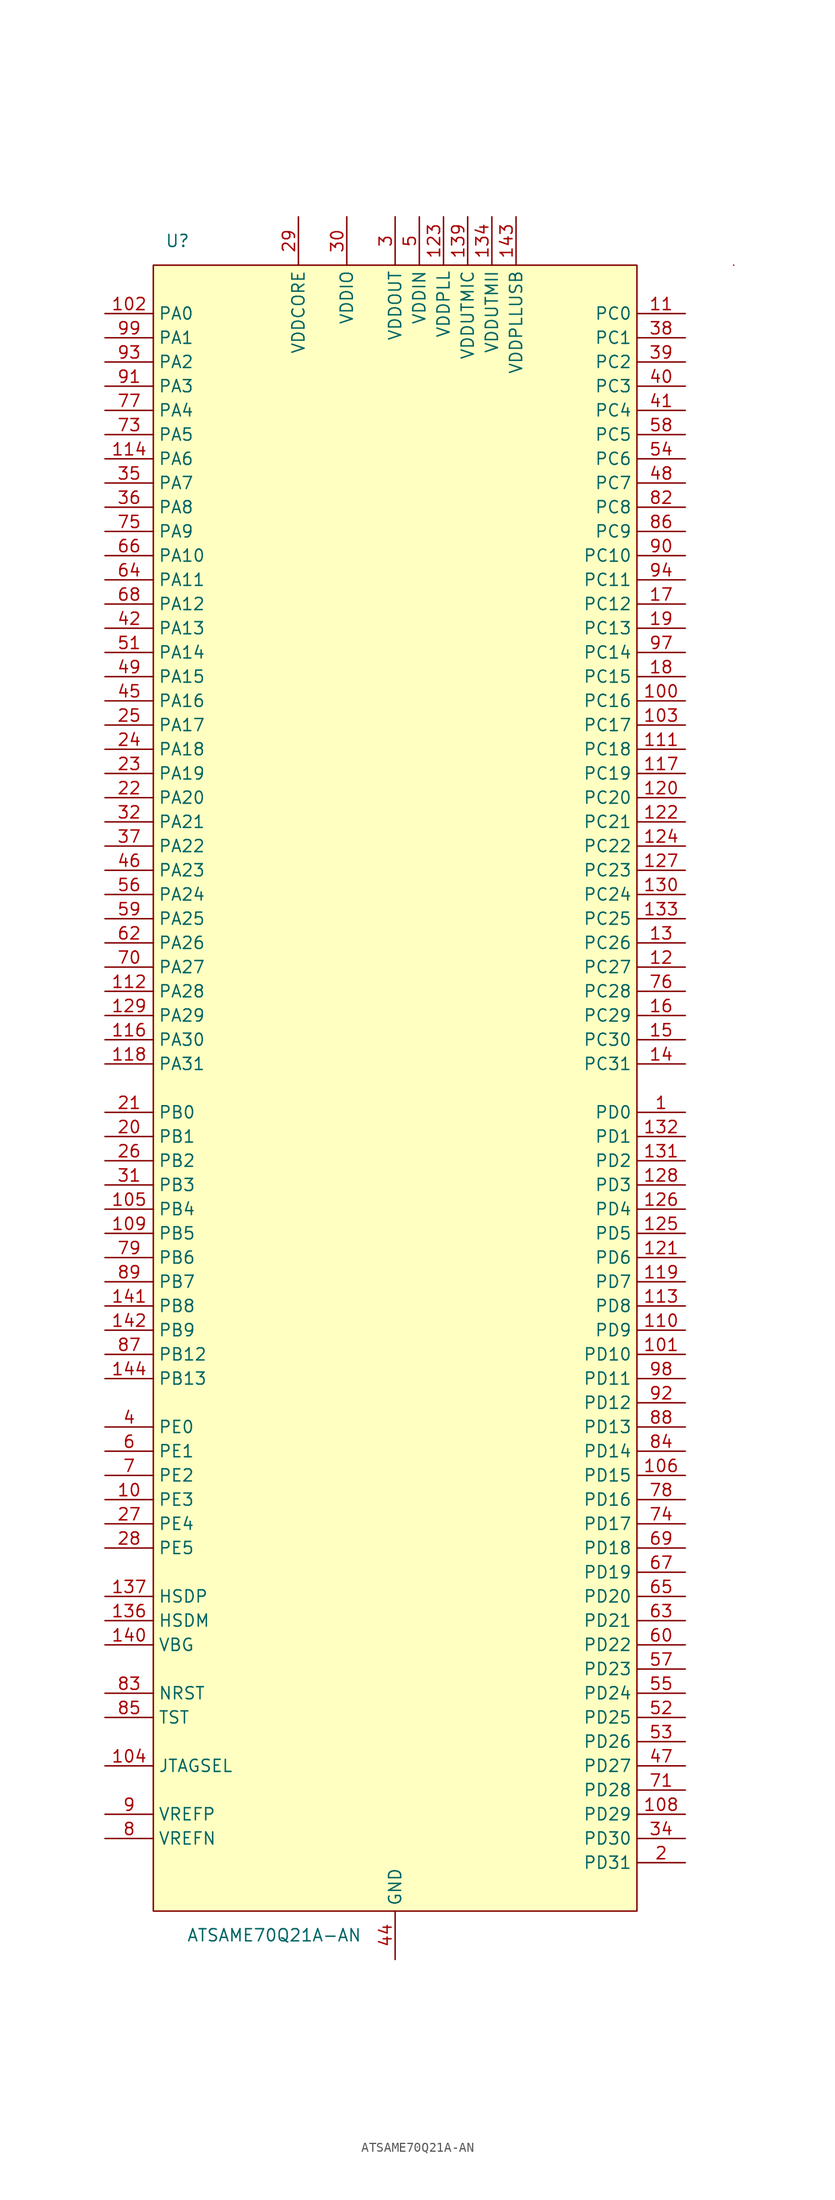
<source format=kicad_sym>
(kicad_symbol_lib
  (version 20201005)
  (generator kicad_symbol_editor)
  (symbol "MCU_Microchip_SAME:ATSAME70Q21A-AN"
    (property "Reference" "U"
      (at -22.86 88.9 0)
      (effects (font (size 1.27 1.27))))
    (property "Value" "ATSAME70Q21A-AN"
      (at -12.7 -88.9 0)
      (effects (font (size 1.27 1.27))))
    (symbol "ATSAME70Q21A-AN_0_1"
      (rectangle (start 25.4 86.36) (end -25.4 -86.36) (stroke (width 0)) (fill (type background)))
      (rectangle (start 35.56 86.36) (end 35.56 86.36) (stroke (width 0)) (fill (type none))))
    (symbol "ATSAME70Q21A-AN_1_1"
      (pin bidirectional line (at 30.48 -2.54 180) (length 5.08) (name "PD0" (effects (font (size 1.27 1.27)))) (number "1" (effects (font (size 1.27 1.27)))))
      (pin bidirectional line (at -30.48 -43.18 0) (length 5.08) (name "PE3" (effects (font (size 1.27 1.27)))) (number "10" (effects (font (size 1.27 1.27)))))
      (pin bidirectional line (at 30.48 40.64 180) (length 5.08) (name "PC16" (effects (font (size 1.27 1.27)))) (number "100" (effects (font (size 1.27 1.27)))))
      (pin bidirectional line (at 30.48 -27.94 180) (length 5.08) (name "PD10" (effects (font (size 1.27 1.27)))) (number "101" (effects (font (size 1.27 1.27)))))
      (pin bidirectional line (at -30.48 81.28 0) (length 5.08) (name "PA0" (effects (font (size 1.27 1.27)))) (number "102" (effects (font (size 1.27 1.27)))))
      (pin bidirectional line (at 30.48 38.1 180) (length 5.08) (name "PC17" (effects (font (size 1.27 1.27)))) (number "103" (effects (font (size 1.27 1.27)))))
      (pin input line (at -30.48 -71.12 0) (length 5.08) (name "JTAGSEL" (effects (font (size 1.27 1.27)))) (number "104" (effects (font (size 1.27 1.27)))))
      (pin bidirectional line (at -30.48 -12.7 0) (length 5.08) (name "PB4" (effects (font (size 1.27 1.27)))) (number "105" (effects (font (size 1.27 1.27)))))
      (pin bidirectional line (at 30.48 -40.64 180) (length 5.08) (name "PD15" (effects (font (size 1.27 1.27)))) (number "106" (effects (font (size 1.27 1.27)))))
      (pin passive line (at -10.16 91.44 270) (length 5.08) hide (name "VDDCORE" (effects (font (size 1.27 1.27)))) (number "107" (effects (font (size 1.27 1.27)))))
      (pin bidirectional line (at 30.48 -76.2 180) (length 5.08) (name "PD29" (effects (font (size 1.27 1.27)))) (number "108" (effects (font (size 1.27 1.27)))))
      (pin bidirectional line (at -30.48 -15.24 0) (length 5.08) (name "PB5" (effects (font (size 1.27 1.27)))) (number "109" (effects (font (size 1.27 1.27)))))
      (pin bidirectional line (at 30.48 81.28 180) (length 5.08) (name "PC0" (effects (font (size 1.27 1.27)))) (number "11" (effects (font (size 1.27 1.27)))))
      (pin bidirectional line (at 30.48 -25.4 180) (length 5.08) (name "PD9" (effects (font (size 1.27 1.27)))) (number "110" (effects (font (size 1.27 1.27)))))
      (pin bidirectional line (at 30.48 35.56 180) (length 5.08) (name "PC18" (effects (font (size 1.27 1.27)))) (number "111" (effects (font (size 1.27 1.27)))))
      (pin bidirectional line (at -30.48 10.16 0) (length 5.08) (name "PA28" (effects (font (size 1.27 1.27)))) (number "112" (effects (font (size 1.27 1.27)))))
      (pin bidirectional line (at 30.48 -22.86 180) (length 5.08) (name "PD8" (effects (font (size 1.27 1.27)))) (number "113" (effects (font (size 1.27 1.27)))))
      (pin bidirectional line (at -30.48 66.04 0) (length 5.08) (name "PA6" (effects (font (size 1.27 1.27)))) (number "114" (effects (font (size 1.27 1.27)))))
      (pin passive line (at 0 -91.44 90) (length 5.08) hide (name "GND" (effects (font (size 1.27 1.27)))) (number "115" (effects (font (size 1.27 1.27)))))
      (pin bidirectional line (at -30.48 5.08 0) (length 5.08) (name "PA30" (effects (font (size 1.27 1.27)))) (number "116" (effects (font (size 1.27 1.27)))))
      (pin bidirectional line (at 30.48 33.02 180) (length 5.08) (name "PC19" (effects (font (size 1.27 1.27)))) (number "117" (effects (font (size 1.27 1.27)))))
      (pin bidirectional line (at -30.48 2.54 0) (length 5.08) (name "PA31" (effects (font (size 1.27 1.27)))) (number "118" (effects (font (size 1.27 1.27)))))
      (pin bidirectional line (at 30.48 -20.32 180) (length 5.08) (name "PD7" (effects (font (size 1.27 1.27)))) (number "119" (effects (font (size 1.27 1.27)))))
      (pin bidirectional line (at 30.48 12.7 180) (length 5.08) (name "PC27" (effects (font (size 1.27 1.27)))) (number "12" (effects (font (size 1.27 1.27)))))
      (pin bidirectional line (at 30.48 30.48 180) (length 5.08) (name "PC20" (effects (font (size 1.27 1.27)))) (number "120" (effects (font (size 1.27 1.27)))))
      (pin bidirectional line (at 30.48 -17.78 180) (length 5.08) (name "PD6" (effects (font (size 1.27 1.27)))) (number "121" (effects (font (size 1.27 1.27)))))
      (pin bidirectional line (at 30.48 27.94 180) (length 5.08) (name "PC21" (effects (font (size 1.27 1.27)))) (number "122" (effects (font (size 1.27 1.27)))))
      (pin power_in line (at 5.08 91.44 270) (length 5.08) (name "VDDPLL" (effects (font (size 1.27 1.27)))) (number "123" (effects (font (size 1.27 1.27)))))
      (pin bidirectional line (at 30.48 25.4 180) (length 5.08) (name "PC22" (effects (font (size 1.27 1.27)))) (number "124" (effects (font (size 1.27 1.27)))))
      (pin bidirectional line (at 30.48 -15.24 180) (length 5.08) (name "PD5" (effects (font (size 1.27 1.27)))) (number "125" (effects (font (size 1.27 1.27)))))
      (pin bidirectional line (at 30.48 -12.7 180) (length 5.08) (name "PD4" (effects (font (size 1.27 1.27)))) (number "126" (effects (font (size 1.27 1.27)))))
      (pin bidirectional line (at 30.48 22.86 180) (length 5.08) (name "PC23" (effects (font (size 1.27 1.27)))) (number "127" (effects (font (size 1.27 1.27)))))
      (pin bidirectional line (at 30.48 -10.16 180) (length 5.08) (name "PD3" (effects (font (size 1.27 1.27)))) (number "128" (effects (font (size 1.27 1.27)))))
      (pin bidirectional line (at -30.48 7.62 0) (length 5.08) (name "PA29" (effects (font (size 1.27 1.27)))) (number "129" (effects (font (size 1.27 1.27)))))
      (pin bidirectional line (at 30.48 15.24 180) (length 5.08) (name "PC26" (effects (font (size 1.27 1.27)))) (number "13" (effects (font (size 1.27 1.27)))))
      (pin bidirectional line (at 30.48 20.32 180) (length 5.08) (name "PC24" (effects (font (size 1.27 1.27)))) (number "130" (effects (font (size 1.27 1.27)))))
      (pin bidirectional line (at 30.48 -7.62 180) (length 5.08) (name "PD2" (effects (font (size 1.27 1.27)))) (number "131" (effects (font (size 1.27 1.27)))))
      (pin bidirectional line (at 30.48 -5.08 180) (length 5.08) (name "PD1" (effects (font (size 1.27 1.27)))) (number "132" (effects (font (size 1.27 1.27)))))
      (pin bidirectional line (at 30.48 17.78 180) (length 5.08) (name "PC25" (effects (font (size 1.27 1.27)))) (number "133" (effects (font (size 1.27 1.27)))))
      (pin power_in line (at 10.16 91.44 270) (length 5.08) (name "VDDUTMII" (effects (font (size 1.27 1.27)))) (number "134" (effects (font (size 1.27 1.27)))))
      (pin passive line (at 0 -91.44 90) (length 5.08) hide (name "GND" (effects (font (size 1.27 1.27)))) (number "135" (effects (font (size 1.27 1.27)))))
      (pin bidirectional line (at -30.48 -55.88 0) (length 5.08) (name "HSDM" (effects (font (size 1.27 1.27)))) (number "136" (effects (font (size 1.27 1.27)))))
      (pin bidirectional line (at -30.48 -53.34 0) (length 5.08) (name "HSDP" (effects (font (size 1.27 1.27)))) (number "137" (effects (font (size 1.27 1.27)))))
      (pin passive line (at 0 -91.44 90) (length 5.08) hide (name "GND" (effects (font (size 1.27 1.27)))) (number "138" (effects (font (size 1.27 1.27)))))
      (pin power_in line (at 7.62 91.44 270) (length 5.08) (name "VDDUTMIC" (effects (font (size 1.27 1.27)))) (number "139" (effects (font (size 1.27 1.27)))))
      (pin bidirectional line (at 30.48 2.54 180) (length 5.08) (name "PC31" (effects (font (size 1.27 1.27)))) (number "14" (effects (font (size 1.27 1.27)))))
      (pin input line (at -30.48 -58.42 0) (length 5.08) (name "VBG" (effects (font (size 1.27 1.27)))) (number "140" (effects (font (size 1.27 1.27)))))
      (pin bidirectional line (at -30.48 -22.86 0) (length 5.08) (name "PB8" (effects (font (size 1.27 1.27)))) (number "141" (effects (font (size 1.27 1.27)))))
      (pin bidirectional line (at -30.48 -25.4 0) (length 5.08) (name "PB9" (effects (font (size 1.27 1.27)))) (number "142" (effects (font (size 1.27 1.27)))))
      (pin power_in line (at 12.7 91.44 270) (length 5.08) (name "VDDPLLUSB" (effects (font (size 1.27 1.27)))) (number "143" (effects (font (size 1.27 1.27)))))
      (pin bidirectional line (at -30.48 -30.48 0) (length 5.08) (name "PB13" (effects (font (size 1.27 1.27)))) (number "144" (effects (font (size 1.27 1.27)))))
      (pin bidirectional line (at 30.48 5.08 180) (length 5.08) (name "PC30" (effects (font (size 1.27 1.27)))) (number "15" (effects (font (size 1.27 1.27)))))
      (pin bidirectional line (at 30.48 7.62 180) (length 5.08) (name "PC29" (effects (font (size 1.27 1.27)))) (number "16" (effects (font (size 1.27 1.27)))))
      (pin bidirectional line (at 30.48 50.8 180) (length 5.08) (name "PC12" (effects (font (size 1.27 1.27)))) (number "17" (effects (font (size 1.27 1.27)))))
      (pin bidirectional line (at 30.48 43.18 180) (length 5.08) (name "PC15" (effects (font (size 1.27 1.27)))) (number "18" (effects (font (size 1.27 1.27)))))
      (pin bidirectional line (at 30.48 48.26 180) (length 5.08) (name "PC13" (effects (font (size 1.27 1.27)))) (number "19" (effects (font (size 1.27 1.27)))))
      (pin bidirectional line (at 30.48 -81.28 180) (length 5.08) (name "PD31" (effects (font (size 1.27 1.27)))) (number "2" (effects (font (size 1.27 1.27)))))
      (pin bidirectional line (at -30.48 -5.08 0) (length 5.08) (name "PB1" (effects (font (size 1.27 1.27)))) (number "20" (effects (font (size 1.27 1.27)))))
      (pin bidirectional line (at -30.48 -2.54 0) (length 5.08) (name "PB0" (effects (font (size 1.27 1.27)))) (number "21" (effects (font (size 1.27 1.27)))))
      (pin bidirectional line (at -30.48 30.48 0) (length 5.08) (name "PA20" (effects (font (size 1.27 1.27)))) (number "22" (effects (font (size 1.27 1.27)))))
      (pin bidirectional line (at -30.48 33.02 0) (length 5.08) (name "PA19" (effects (font (size 1.27 1.27)))) (number "23" (effects (font (size 1.27 1.27)))))
      (pin bidirectional line (at -30.48 35.56 0) (length 5.08) (name "PA18" (effects (font (size 1.27 1.27)))) (number "24" (effects (font (size 1.27 1.27)))))
      (pin bidirectional line (at -30.48 38.1 0) (length 5.08) (name "PA17" (effects (font (size 1.27 1.27)))) (number "25" (effects (font (size 1.27 1.27)))))
      (pin bidirectional line (at -30.48 -7.62 0) (length 5.08) (name "PB2" (effects (font (size 1.27 1.27)))) (number "26" (effects (font (size 1.27 1.27)))))
      (pin bidirectional line (at -30.48 -45.72 0) (length 5.08) (name "PE4" (effects (font (size 1.27 1.27)))) (number "27" (effects (font (size 1.27 1.27)))))
      (pin bidirectional line (at -30.48 -48.26 0) (length 5.08) (name "PE5" (effects (font (size 1.27 1.27)))) (number "28" (effects (font (size 1.27 1.27)))))
      (pin power_in line (at -10.16 91.44 270) (length 5.08) (name "VDDCORE" (effects (font (size 1.27 1.27)))) (number "29" (effects (font (size 1.27 1.27)))))
      (pin power_in line (at 0 91.44 270) (length 5.08) (name "VDDOUT" (effects (font (size 1.27 1.27)))) (number "3" (effects (font (size 1.27 1.27)))))
      (pin power_in line (at -5.08 91.44 270) (length 5.08) (name "VDDIO" (effects (font (size 1.27 1.27)))) (number "30" (effects (font (size 1.27 1.27)))))
      (pin bidirectional line (at -30.48 -10.16 0) (length 5.08) (name "PB3" (effects (font (size 1.27 1.27)))) (number "31" (effects (font (size 1.27 1.27)))))
      (pin bidirectional line (at -30.48 27.94 0) (length 5.08) (name "PA21" (effects (font (size 1.27 1.27)))) (number "32" (effects (font (size 1.27 1.27)))))
      (pin passive line (at -10.16 91.44 270) (length 5.08) hide (name "VDDCORE" (effects (font (size 1.27 1.27)))) (number "33" (effects (font (size 1.27 1.27)))))
      (pin bidirectional line (at 30.48 -78.74 180) (length 5.08) (name "PD30" (effects (font (size 1.27 1.27)))) (number "34" (effects (font (size 1.27 1.27)))))
      (pin bidirectional line (at -30.48 63.5 0) (length 5.08) (name "PA7" (effects (font (size 1.27 1.27)))) (number "35" (effects (font (size 1.27 1.27)))))
      (pin bidirectional line (at -30.48 60.96 0) (length 5.08) (name "PA8" (effects (font (size 1.27 1.27)))) (number "36" (effects (font (size 1.27 1.27)))))
      (pin bidirectional line (at -30.48 25.4 0) (length 5.08) (name "PA22" (effects (font (size 1.27 1.27)))) (number "37" (effects (font (size 1.27 1.27)))))
      (pin bidirectional line (at 30.48 78.74 180) (length 5.08) (name "PC1" (effects (font (size 1.27 1.27)))) (number "38" (effects (font (size 1.27 1.27)))))
      (pin bidirectional line (at 30.48 76.2 180) (length 5.08) (name "PC2" (effects (font (size 1.27 1.27)))) (number "39" (effects (font (size 1.27 1.27)))))
      (pin bidirectional line (at -30.48 -35.56 0) (length 5.08) (name "PE0" (effects (font (size 1.27 1.27)))) (number "4" (effects (font (size 1.27 1.27)))))
      (pin bidirectional line (at 30.48 73.66 180) (length 5.08) (name "PC3" (effects (font (size 1.27 1.27)))) (number "40" (effects (font (size 1.27 1.27)))))
      (pin bidirectional line (at 30.48 71.12 180) (length 5.08) (name "PC4" (effects (font (size 1.27 1.27)))) (number "41" (effects (font (size 1.27 1.27)))))
      (pin bidirectional line (at -30.48 48.26 0) (length 5.08) (name "PA13" (effects (font (size 1.27 1.27)))) (number "42" (effects (font (size 1.27 1.27)))))
      (pin passive line (at -5.08 91.44 270) (length 5.08) hide (name "VDDIO" (effects (font (size 1.27 1.27)))) (number "43" (effects (font (size 1.27 1.27)))))
      (pin power_in line (at 0 -91.44 90) (length 5.08) (name "GND" (effects (font (size 1.27 1.27)))) (number "44" (effects (font (size 1.27 1.27)))))
      (pin bidirectional line (at -30.48 40.64 0) (length 5.08) (name "PA16" (effects (font (size 1.27 1.27)))) (number "45" (effects (font (size 1.27 1.27)))))
      (pin bidirectional line (at -30.48 22.86 0) (length 5.08) (name "PA23" (effects (font (size 1.27 1.27)))) (number "46" (effects (font (size 1.27 1.27)))))
      (pin bidirectional line (at 30.48 -71.12 180) (length 5.08) (name "PD27" (effects (font (size 1.27 1.27)))) (number "47" (effects (font (size 1.27 1.27)))))
      (pin bidirectional line (at 30.48 63.5 180) (length 5.08) (name "PC7" (effects (font (size 1.27 1.27)))) (number "48" (effects (font (size 1.27 1.27)))))
      (pin bidirectional line (at -30.48 43.18 0) (length 5.08) (name "PA15" (effects (font (size 1.27 1.27)))) (number "49" (effects (font (size 1.27 1.27)))))
      (pin power_in line (at 2.54 91.44 270) (length 5.08) (name "VDDIN" (effects (font (size 1.27 1.27)))) (number "5" (effects (font (size 1.27 1.27)))))
      (pin passive line (at -10.16 91.44 270) (length 5.08) hide (name "VDDCORE" (effects (font (size 1.27 1.27)))) (number "50" (effects (font (size 1.27 1.27)))))
      (pin bidirectional line (at -30.48 45.72 0) (length 5.08) (name "PA14" (effects (font (size 1.27 1.27)))) (number "51" (effects (font (size 1.27 1.27)))))
      (pin bidirectional line (at 30.48 -66.04 180) (length 5.08) (name "PD25" (effects (font (size 1.27 1.27)))) (number "52" (effects (font (size 1.27 1.27)))))
      (pin bidirectional line (at 30.48 -68.58 180) (length 5.08) (name "PD26" (effects (font (size 1.27 1.27)))) (number "53" (effects (font (size 1.27 1.27)))))
      (pin bidirectional line (at 30.48 66.04 180) (length 5.08) (name "PC6" (effects (font (size 1.27 1.27)))) (number "54" (effects (font (size 1.27 1.27)))))
      (pin bidirectional line (at 30.48 -63.5 180) (length 5.08) (name "PD24" (effects (font (size 1.27 1.27)))) (number "55" (effects (font (size 1.27 1.27)))))
      (pin bidirectional line (at -30.48 20.32 0) (length 5.08) (name "PA24" (effects (font (size 1.27 1.27)))) (number "56" (effects (font (size 1.27 1.27)))))
      (pin bidirectional line (at 30.48 -60.96 180) (length 5.08) (name "PD23" (effects (font (size 1.27 1.27)))) (number "57" (effects (font (size 1.27 1.27)))))
      (pin bidirectional line (at 30.48 68.58 180) (length 5.08) (name "PC5" (effects (font (size 1.27 1.27)))) (number "58" (effects (font (size 1.27 1.27)))))
      (pin bidirectional line (at -30.48 17.78 0) (length 5.08) (name "PA25" (effects (font (size 1.27 1.27)))) (number "59" (effects (font (size 1.27 1.27)))))
      (pin bidirectional line (at -30.48 -38.1 0) (length 5.08) (name "PE1" (effects (font (size 1.27 1.27)))) (number "6" (effects (font (size 1.27 1.27)))))
      (pin bidirectional line (at 30.48 -58.42 180) (length 5.08) (name "PD22" (effects (font (size 1.27 1.27)))) (number "60" (effects (font (size 1.27 1.27)))))
      (pin passive line (at 0 -91.44 90) (length 5.08) hide (name "GND" (effects (font (size 1.27 1.27)))) (number "61" (effects (font (size 1.27 1.27)))))
      (pin bidirectional line (at -30.48 15.24 0) (length 5.08) (name "PA26" (effects (font (size 1.27 1.27)))) (number "62" (effects (font (size 1.27 1.27)))))
      (pin bidirectional line (at 30.48 -55.88 180) (length 5.08) (name "PD21" (effects (font (size 1.27 1.27)))) (number "63" (effects (font (size 1.27 1.27)))))
      (pin bidirectional line (at -30.48 53.34 0) (length 5.08) (name "PA11" (effects (font (size 1.27 1.27)))) (number "64" (effects (font (size 1.27 1.27)))))
      (pin bidirectional line (at 30.48 -53.34 180) (length 5.08) (name "PD20" (effects (font (size 1.27 1.27)))) (number "65" (effects (font (size 1.27 1.27)))))
      (pin bidirectional line (at -30.48 55.88 0) (length 5.08) (name "PA10" (effects (font (size 1.27 1.27)))) (number "66" (effects (font (size 1.27 1.27)))))
      (pin bidirectional line (at 30.48 -50.8 180) (length 5.08) (name "PD19" (effects (font (size 1.27 1.27)))) (number "67" (effects (font (size 1.27 1.27)))))
      (pin bidirectional line (at -30.48 50.8 0) (length 5.08) (name "PA12" (effects (font (size 1.27 1.27)))) (number "68" (effects (font (size 1.27 1.27)))))
      (pin bidirectional line (at 30.48 -48.26 180) (length 5.08) (name "PD18" (effects (font (size 1.27 1.27)))) (number "69" (effects (font (size 1.27 1.27)))))
      (pin bidirectional line (at -30.48 -40.64 0) (length 5.08) (name "PE2" (effects (font (size 1.27 1.27)))) (number "7" (effects (font (size 1.27 1.27)))))
      (pin bidirectional line (at -30.48 12.7 0) (length 5.08) (name "PA27" (effects (font (size 1.27 1.27)))) (number "70" (effects (font (size 1.27 1.27)))))
      (pin bidirectional line (at 30.48 -73.66 180) (length 5.08) (name "PD28" (effects (font (size 1.27 1.27)))) (number "71" (effects (font (size 1.27 1.27)))))
      (pin passive line (at -5.08 91.44 270) (length 5.08) hide (name "VDDIO" (effects (font (size 1.27 1.27)))) (number "72" (effects (font (size 1.27 1.27)))))
      (pin bidirectional line (at -30.48 68.58 0) (length 5.08) (name "PA5" (effects (font (size 1.27 1.27)))) (number "73" (effects (font (size 1.27 1.27)))))
      (pin bidirectional line (at 30.48 -45.72 180) (length 5.08) (name "PD17" (effects (font (size 1.27 1.27)))) (number "74" (effects (font (size 1.27 1.27)))))
      (pin bidirectional line (at -30.48 58.42 0) (length 5.08) (name "PA9" (effects (font (size 1.27 1.27)))) (number "75" (effects (font (size 1.27 1.27)))))
      (pin bidirectional line (at 30.48 10.16 180) (length 5.08) (name "PC28" (effects (font (size 1.27 1.27)))) (number "76" (effects (font (size 1.27 1.27)))))
      (pin bidirectional line (at -30.48 71.12 0) (length 5.08) (name "PA4" (effects (font (size 1.27 1.27)))) (number "77" (effects (font (size 1.27 1.27)))))
      (pin bidirectional line (at 30.48 -43.18 180) (length 5.08) (name "PD16" (effects (font (size 1.27 1.27)))) (number "78" (effects (font (size 1.27 1.27)))))
      (pin bidirectional line (at -30.48 -17.78 0) (length 5.08) (name "PB6" (effects (font (size 1.27 1.27)))) (number "79" (effects (font (size 1.27 1.27)))))
      (pin bidirectional line (at -30.48 -78.74 0) (length 5.08) (name "VREFN" (effects (font (size 1.27 1.27)))) (number "8" (effects (font (size 1.27 1.27)))))
      (pin passive line (at -5.08 91.44 270) (length 5.08) hide (name "VDDIO" (effects (font (size 1.27 1.27)))) (number "80" (effects (font (size 1.27 1.27)))))
      (pin passive line (at -10.16 91.44 270) (length 5.08) hide (name "VDDCORE" (effects (font (size 1.27 1.27)))) (number "81" (effects (font (size 1.27 1.27)))))
      (pin bidirectional line (at 30.48 60.96 180) (length 5.08) (name "PC8" (effects (font (size 1.27 1.27)))) (number "82" (effects (font (size 1.27 1.27)))))
      (pin bidirectional line (at -30.48 -63.5 0) (length 5.08) (name "NRST" (effects (font (size 1.27 1.27)))) (number "83" (effects (font (size 1.27 1.27)))))
      (pin bidirectional line (at 30.48 -38.1 180) (length 5.08) (name "PD14" (effects (font (size 1.27 1.27)))) (number "84" (effects (font (size 1.27 1.27)))))
      (pin input line (at -30.48 -66.04 0) (length 5.08) (name "TST" (effects (font (size 1.27 1.27)))) (number "85" (effects (font (size 1.27 1.27)))))
      (pin bidirectional line (at 30.48 58.42 180) (length 5.08) (name "PC9" (effects (font (size 1.27 1.27)))) (number "86" (effects (font (size 1.27 1.27)))))
      (pin bidirectional line (at -30.48 -27.94 0) (length 5.08) (name "PB12" (effects (font (size 1.27 1.27)))) (number "87" (effects (font (size 1.27 1.27)))))
      (pin bidirectional line (at 30.48 -35.56 180) (length 5.08) (name "PD13" (effects (font (size 1.27 1.27)))) (number "88" (effects (font (size 1.27 1.27)))))
      (pin bidirectional line (at -30.48 -20.32 0) (length 5.08) (name "PB7" (effects (font (size 1.27 1.27)))) (number "89" (effects (font (size 1.27 1.27)))))
      (pin input line (at -30.48 -76.2 0) (length 5.08) (name "VREFP" (effects (font (size 1.27 1.27)))) (number "9" (effects (font (size 1.27 1.27)))))
      (pin bidirectional line (at 30.48 55.88 180) (length 5.08) (name "PC10" (effects (font (size 1.27 1.27)))) (number "90" (effects (font (size 1.27 1.27)))))
      (pin bidirectional line (at -30.48 73.66 0) (length 5.08) (name "PA3" (effects (font (size 1.27 1.27)))) (number "91" (effects (font (size 1.27 1.27)))))
      (pin bidirectional line (at 30.48 -33.02 180) (length 5.08) (name "PD12" (effects (font (size 1.27 1.27)))) (number "92" (effects (font (size 1.27 1.27)))))
      (pin bidirectional line (at -30.48 76.2 0) (length 5.08) (name "PA2" (effects (font (size 1.27 1.27)))) (number "93" (effects (font (size 1.27 1.27)))))
      (pin bidirectional line (at 30.48 53.34 180) (length 5.08) (name "PC11" (effects (font (size 1.27 1.27)))) (number "94" (effects (font (size 1.27 1.27)))))
      (pin passive line (at 0 -91.44 90) (length 5.08) hide (name "GND" (effects (font (size 1.27 1.27)))) (number "95" (effects (font (size 1.27 1.27)))))
      (pin passive line (at -5.08 91.44 270) (length 5.08) hide (name "VDDIO" (effects (font (size 1.27 1.27)))) (number "96" (effects (font (size 1.27 1.27)))))
      (pin bidirectional line (at 30.48 45.72 180) (length 5.08) (name "PC14" (effects (font (size 1.27 1.27)))) (number "97" (effects (font (size 1.27 1.27)))))
      (pin bidirectional line (at 30.48 -30.48 180) (length 5.08) (name "PD11" (effects (font (size 1.27 1.27)))) (number "98" (effects (font (size 1.27 1.27)))))
      (pin bidirectional line (at -30.48 78.74 0) (length 5.08) (name "PA1" (effects (font (size 1.27 1.27)))) (number "99" (effects (font (size 1.27 1.27))))))))
</source>
